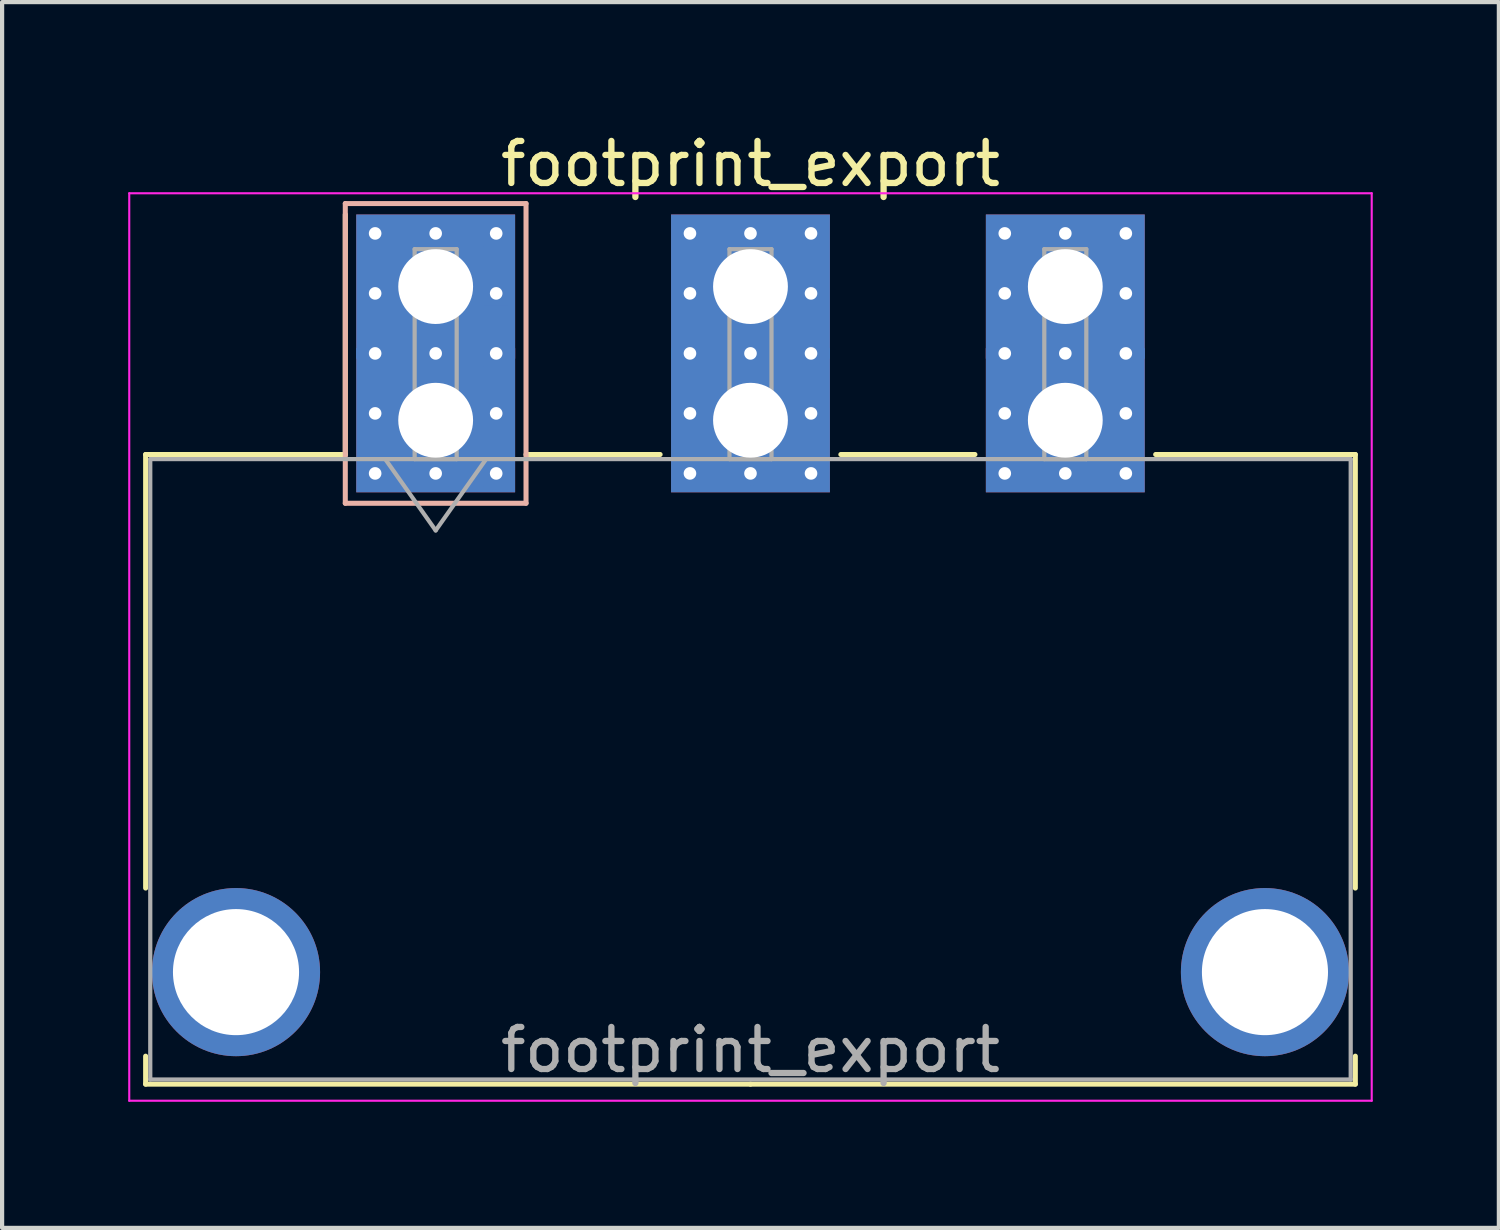
<source format=kicad_pcb>
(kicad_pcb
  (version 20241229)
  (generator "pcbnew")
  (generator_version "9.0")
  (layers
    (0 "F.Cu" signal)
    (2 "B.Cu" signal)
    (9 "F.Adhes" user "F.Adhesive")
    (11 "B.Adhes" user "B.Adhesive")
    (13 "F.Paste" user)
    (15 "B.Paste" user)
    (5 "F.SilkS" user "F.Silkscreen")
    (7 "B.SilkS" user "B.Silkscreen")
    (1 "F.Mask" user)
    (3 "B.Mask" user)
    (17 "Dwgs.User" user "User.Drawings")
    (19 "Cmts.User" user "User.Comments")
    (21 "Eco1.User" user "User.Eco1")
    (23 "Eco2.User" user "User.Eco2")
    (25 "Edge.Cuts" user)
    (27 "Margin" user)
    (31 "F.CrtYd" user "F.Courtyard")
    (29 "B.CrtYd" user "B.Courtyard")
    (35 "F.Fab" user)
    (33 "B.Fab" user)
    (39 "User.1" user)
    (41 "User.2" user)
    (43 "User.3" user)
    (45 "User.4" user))
  (footprint "footprint_export"
    (layer "F.Cu")
    (at 7.315 6.948)
    (property "Reference" "footprint_export" (at 7.49 -6.1 0) (layer "F.SilkS") (effects (font (size 1 1) (thickness 0.15))))
    (attr through_hole)
    (fp_line (start -6.9 0.815) (end -6.9 11.13) (stroke (width 0.12) (type solid)) (layer "F.SilkS"))
    (fp_line (start -6.9 15.13) (end -6.9 15.795) (stroke (width 0.12) (type solid)) (layer "F.SilkS"))
    (fp_line (start -6.9 15.795) (end 7.49 15.795) (stroke (width 0.12) (type solid)) (layer "F.SilkS"))
    (fp_line (start -2.15 0.815) (end -6.9 0.815) (stroke (width 0.12) (type solid)) (layer "F.SilkS"))
    (fp_line (start -2.15 0.815) (end -2.15 -4.895) (stroke (width 0.12) (type solid)) (layer "F.SilkS"))
    (fp_line (start 2.15 0.815) (end 5.34 0.815) (stroke (width 0.12) (type solid)) (layer "F.SilkS"))
    (fp_line (start 9.64 0.815) (end 12.83 0.815) (stroke (width 0.12) (type solid)) (layer "F.SilkS"))
    (fp_line (start 17.13 0.815) (end 21.88 0.815) (stroke (width 0.12) (type solid)) (layer "F.SilkS"))
    (fp_line (start 21.88 0.815) (end 21.88 11.13) (stroke (width 0.12) (type solid)) (layer "F.SilkS"))
    (fp_line (start 21.88 15.13) (end 21.88 15.795) (stroke (width 0.12) (type solid)) (layer "F.SilkS"))
    (fp_line (start 21.88 15.795) (end 7.49 15.795) (stroke (width 0.12) (type solid)) (layer "F.SilkS"))
    (fp_line (start -2.15 -5.155) (end -2.15 1.975) (stroke (width 0.12) (type solid)) (layer "B.SilkS"))
    (fp_line (start -2.15 1.975) (end 2.15 1.975) (stroke (width 0.12) (type solid)) (layer "B.SilkS"))
    (fp_line (start 2.15 -5.155) (end -2.15 -5.155) (stroke (width 0.12) (type solid)) (layer "B.SilkS"))
    (fp_line (start 2.15 1.975) (end 2.15 -5.155) (stroke (width 0.12) (type solid)) (layer "B.SilkS"))
    (fp_line (start -7.29 -5.4) (end -7.29 16.19) (stroke (width 0.05) (type solid)) (layer "F.CrtYd"))
    (fp_line (start -7.29 16.19) (end 22.27 16.19) (stroke (width 0.05) (type solid)) (layer "F.CrtYd"))
    (fp_line (start 22.27 -5.4) (end -7.29 -5.4) (stroke (width 0.05) (type solid)) (layer "F.CrtYd"))
    (fp_line (start 22.27 16.19) (end 22.27 -5.4) (stroke (width 0.05) (type solid)) (layer "F.CrtYd"))
    (fp_line (start -6.79 0.925) (end -6.79 15.685) (stroke (width 0.1) (type solid)) (layer "F.Fab"))
    (fp_line (start -6.79 15.685) (end 21.77 15.685) (stroke (width 0.1) (type solid)) (layer "F.Fab"))
    (fp_line (start -1.2 0.925) (end 0 2.622) (stroke (width 0.1) (type solid)) (layer "F.Fab"))
    (fp_line (start -0.5 -4.07) (end 0.5 -4.07) (stroke (width 0.1) (type solid)) (layer "F.Fab"))
    (fp_line (start -0.5 0.925) (end -0.5 -4.07) (stroke (width 0.1) (type solid)) (layer "F.Fab"))
    (fp_line (start 0 2.622) (end 1.2 0.925) (stroke (width 0.1) (type solid)) (layer "F.Fab"))
    (fp_line (start 0.5 -4.07) (end 0.5 0.925) (stroke (width 0.1) (type solid)) (layer "F.Fab"))
    (fp_line (start 0.5 0.925) (end -0.5 0.925) (stroke (width 0.1) (type solid)) (layer "F.Fab"))
    (fp_line (start 6.99 -4.07) (end 7.99 -4.07) (stroke (width 0.1) (type solid)) (layer "F.Fab"))
    (fp_line (start 6.99 0.925) (end 6.99 -4.07) (stroke (width 0.1) (type solid)) (layer "F.Fab"))
    (fp_line (start 7.99 -4.07) (end 7.99 0.925) (stroke (width 0.1) (type solid)) (layer "F.Fab"))
    (fp_line (start 7.99 0.925) (end 6.99 0.925) (stroke (width 0.1) (type solid)) (layer "F.Fab"))
    (fp_line (start 14.48 -4.07) (end 15.48 -4.07) (stroke (width 0.1) (type solid)) (layer "F.Fab"))
    (fp_line (start 14.48 0.925) (end 14.48 -4.07) (stroke (width 0.1) (type solid)) (layer "F.Fab"))
    (fp_line (start 15.48 -4.07) (end 15.48 0.925) (stroke (width 0.1) (type solid)) (layer "F.Fab"))
    (fp_line (start 15.48 0.925) (end 14.48 0.925) (stroke (width 0.1) (type solid)) (layer "F.Fab"))
    (fp_line (start 21.77 0.925) (end -6.79 0.925) (stroke (width 0.1) (type solid)) (layer "F.Fab"))
    (fp_line (start 21.77 15.685) (end 21.77 0.925) (stroke (width 0.1) (type solid)) (layer "F.Fab"))
    (fp_text user "${REFERENCE}" (at 7.49 14.98 0) (layer "F.Fab") (effects (font (size 1 1) (thickness 0.15))))
    (pad "" thru_hole circle (at -4.75 13.13) (size 4 4) (drill 3) (layers "*.Cu" "*.Mask"))
    (pad "" thru_hole circle (at 19.73 13.13) (size 4 4) (drill 3) (layers "*.Cu" "*.Mask"))
    (pad "1" thru_hole rect (at -1.44 -4.445) (size 0.6 0.6) (drill 0.3) (layers "*.Cu" "*.Mask"))
    (pad "1" thru_hole rect (at -1.44 -3.018) (size 0.6 0.6) (drill 0.3) (layers "*.Cu" "*.Mask"))
    (pad "1" thru_hole rect (at -1.44 -1.59) (size 0.6 0.6) (drill 0.3) (layers "*.Cu" "*.Mask"))
    (pad "1" thru_hole rect (at -1.44 -0.163) (size 0.6 0.6) (drill 0.3) (layers "*.Cu" "*.Mask"))
    (pad "1" thru_hole rect (at -1.44 1.265) (size 0.6 0.6) (drill 0.3) (layers "*.Cu" "*.Mask"))
    (pad "1" thru_hole rect (at 0 -4.445) (size 0.6 0.6) (drill 0.3) (layers "*.Cu" "*.Mask"))
    (pad "1" thru_hole rect (at 0 -3.18) (size 3.78 3.43) (drill 1.78) (layers "*.Cu" "*.Mask"))
    (pad "1" thru_hole rect (at 0 -1.59) (size 0.6 0.6) (drill 0.3) (layers "*.Cu" "*.Mask"))
    (pad "1" thru_hole rect (at 0 0) (size 3.78 3.43) (drill 1.78) (layers "*.Cu" "*.Mask"))
    (pad "1" thru_hole rect (at 0 1.265) (size 0.6 0.6) (drill 0.3) (layers "*.Cu" "*.Mask"))
    (pad "1" thru_hole rect (at 1.44 -4.445) (size 0.6 0.6) (drill 0.3) (layers "*.Cu" "*.Mask"))
    (pad "1" thru_hole rect (at 1.44 -3.018) (size 0.6 0.6) (drill 0.3) (layers "*.Cu" "*.Mask"))
    (pad "1" thru_hole rect (at 1.44 -1.59) (size 0.6 0.6) (drill 0.3) (layers "*.Cu" "*.Mask"))
    (pad "1" thru_hole rect (at 1.44 -0.163) (size 0.6 0.6) (drill 0.3) (layers "*.Cu" "*.Mask"))
    (pad "1" thru_hole rect (at 1.44 1.265) (size 0.6 0.6) (drill 0.3) (layers "*.Cu" "*.Mask"))
    (pad "2" thru_hole circle (at 6.05 -4.445) (size 0.6 0.6) (drill 0.3) (layers "*.Cu" "*.Mask"))
    (pad "2" thru_hole circle (at 6.05 -3.018) (size 0.6 0.6) (drill 0.3) (layers "*.Cu" "*.Mask"))
    (pad "2" thru_hole circle (at 6.05 -1.59) (size 0.6 0.6) (drill 0.3) (layers "*.Cu" "*.Mask"))
    (pad "2" thru_hole circle (at 6.05 -0.163) (size 0.6 0.6) (drill 0.3) (layers "*.Cu" "*.Mask"))
    (pad "2" thru_hole circle (at 6.05 1.265) (size 0.6 0.6) (drill 0.3) (layers "*.Cu" "*.Mask"))
    (pad "2" thru_hole circle (at 7.49 -4.445) (size 0.6 0.6) (drill 0.3) (layers "*.Cu" "*.Mask"))
    (pad "2" thru_hole rect (at 7.49 -3.18) (size 3.78 3.43) (drill 1.78) (layers "*.Cu" "*.Mask"))
    (pad "2" thru_hole circle (at 7.49 -1.59) (size 0.6 0.6) (drill 0.3) (layers "*.Cu" "*.Mask"))
    (pad "2" thru_hole rect (at 7.49 0) (size 3.78 3.43) (drill 1.78) (layers "*.Cu" "*.Mask"))
    (pad "2" thru_hole circle (at 7.49 1.265) (size 0.6 0.6) (drill 0.3) (layers "*.Cu" "*.Mask"))
    (pad "2" thru_hole circle (at 8.93 -4.445) (size 0.6 0.6) (drill 0.3) (layers "*.Cu" "*.Mask"))
    (pad "2" thru_hole circle (at 8.93 -3.018) (size 0.6 0.6) (drill 0.3) (layers "*.Cu" "*.Mask"))
    (pad "2" thru_hole circle (at 8.93 -1.59) (size 0.6 0.6) (drill 0.3) (layers "*.Cu" "*.Mask"))
    (pad "2" thru_hole circle (at 8.93 -0.163) (size 0.6 0.6) (drill 0.3) (layers "*.Cu" "*.Mask"))
    (pad "2" thru_hole circle (at 8.93 1.265) (size 0.6 0.6) (drill 0.3) (layers "*.Cu" "*.Mask"))
    (pad "3" thru_hole circle (at 13.54 -4.445) (size 0.6 0.6) (drill 0.3) (layers "*.Cu" "*.Mask"))
    (pad "3" thru_hole circle (at 13.54 -3.018) (size 0.6 0.6) (drill 0.3) (layers "*.Cu" "*.Mask"))
    (pad "3" thru_hole circle (at 13.54 -1.59) (size 0.6 0.6) (drill 0.3) (layers "*.Cu" "*.Mask"))
    (pad "3" thru_hole circle (at 13.54 -0.163) (size 0.6 0.6) (drill 0.3) (layers "*.Cu" "*.Mask"))
    (pad "3" thru_hole circle (at 13.54 1.265) (size 0.6 0.6) (drill 0.3) (layers "*.Cu" "*.Mask"))
    (pad "3" thru_hole circle (at 14.98 -4.445) (size 0.6 0.6) (drill 0.3) (layers "*.Cu" "*.Mask"))
    (pad "3" thru_hole rect (at 14.98 -3.18) (size 3.78 3.43) (drill 1.78) (layers "*.Cu" "*.Mask"))
    (pad "3" thru_hole circle (at 14.98 -1.59) (size 0.6 0.6) (drill 0.3) (layers "*.Cu" "*.Mask"))
    (pad "3" thru_hole rect (at 14.98 0) (size 3.78 3.43) (drill 1.78) (layers "*.Cu" "*.Mask"))
    (pad "3" thru_hole circle (at 14.98 1.265) (size 0.6 0.6) (drill 0.3) (layers "*.Cu" "*.Mask"))
    (pad "3" thru_hole circle (at 16.42 -4.445) (size 0.6 0.6) (drill 0.3) (layers "*.Cu" "*.Mask"))
    (pad "3" thru_hole circle (at 16.42 -3.018) (size 0.6 0.6) (drill 0.3) (layers "*.Cu" "*.Mask"))
    (pad "3" thru_hole circle (at 16.42 -1.59) (size 0.6 0.6) (drill 0.3) (layers "*.Cu" "*.Mask"))
    (pad "3" thru_hole circle (at 16.42 -0.163) (size 0.6 0.6) (drill 0.3) (layers "*.Cu" "*.Mask"))
    (pad "3" thru_hole circle (at 16.42 1.265) (size 0.6 0.6) (drill 0.3) (layers "*.Cu" "*.Mask")))
  (gr_rect
    (start -3 -3)
    (end 32.61 26.163)
    (stroke (width 0.1) (type default))
    (fill no)
    (layer "Edge.Cuts")))
</source>
